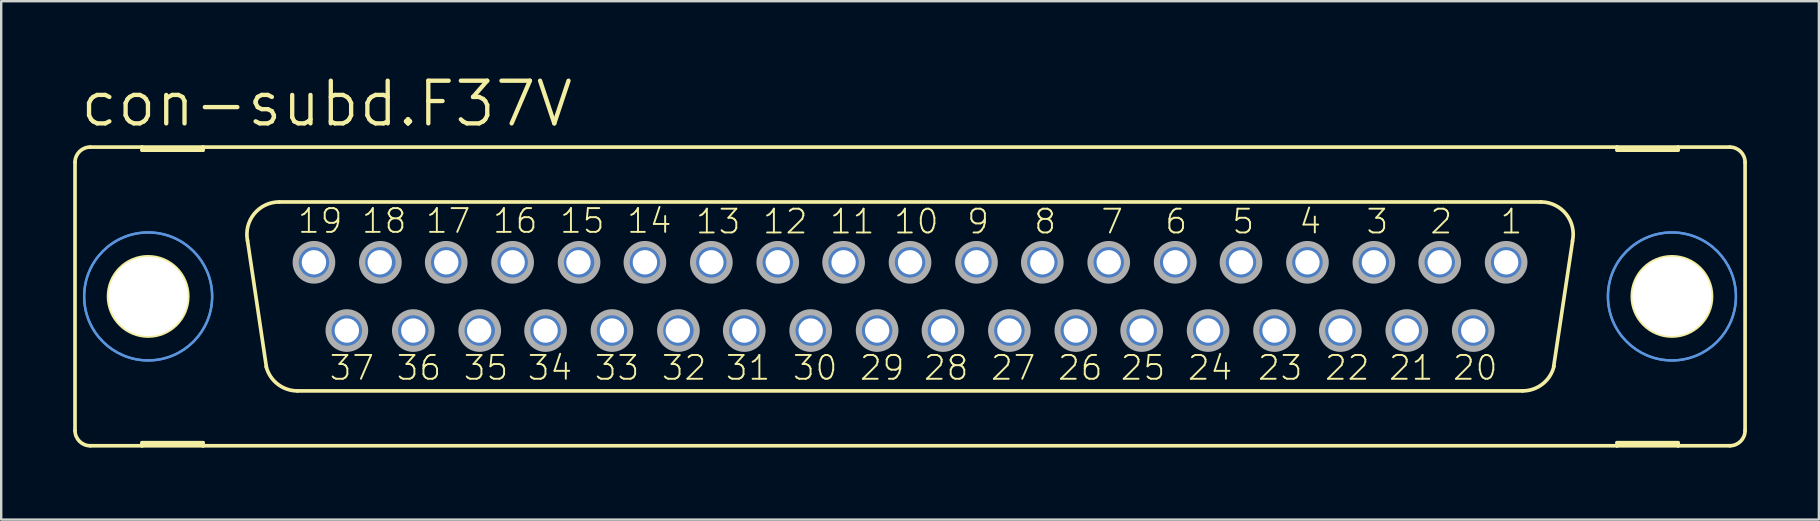
<source format=kicad_pcb>
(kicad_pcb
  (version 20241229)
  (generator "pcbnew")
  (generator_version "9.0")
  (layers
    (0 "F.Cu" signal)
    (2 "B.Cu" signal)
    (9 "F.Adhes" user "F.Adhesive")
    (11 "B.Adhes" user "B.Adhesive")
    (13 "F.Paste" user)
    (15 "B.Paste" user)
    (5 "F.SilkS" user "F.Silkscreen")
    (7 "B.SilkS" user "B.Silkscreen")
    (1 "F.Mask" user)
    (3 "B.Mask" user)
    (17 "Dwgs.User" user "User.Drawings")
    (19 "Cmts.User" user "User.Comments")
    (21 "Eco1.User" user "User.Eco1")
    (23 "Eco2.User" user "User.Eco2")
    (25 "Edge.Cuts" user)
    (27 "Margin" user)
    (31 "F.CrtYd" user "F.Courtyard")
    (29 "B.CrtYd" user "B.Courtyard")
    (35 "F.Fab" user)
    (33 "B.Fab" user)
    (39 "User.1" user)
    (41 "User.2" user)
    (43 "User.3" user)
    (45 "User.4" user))
  (footprint "con-subd.F37V"
    (layer "F.Cu")
    (at 34.874 9.303)
    (property "Reference" "con-subd.F37V" (at -34.671 -6.985 0) (layer "F.SilkS") (effects (font (size 1.778 1.778) (thickness 0.18)) (justify left bottom)))
    (attr through_hole)
    (fp_line (start -34.798 -5.588) (end -34.798 5.588) (stroke (width 0.152) (type default)) (layer "F.SilkS"))
    (fp_line (start -34.163 6.223) (end -32.004 6.223) (stroke (width 0.152) (type default)) (layer "F.SilkS"))
    (fp_line (start -32.004 -6.223) (end -34.163 -6.223) (stroke (width 0.152) (type default)) (layer "F.SilkS"))
    (fp_line (start -32.004 -6.223) (end -32.004 -6.096) (stroke (width 0.152) (type default)) (layer "F.SilkS"))
    (fp_line (start -32.004 -6.096) (end -29.464 -6.096) (stroke (width 0.152) (type default)) (layer "F.SilkS"))
    (fp_line (start -32.004 6.096) (end -29.464 6.096) (stroke (width 0.152) (type default)) (layer "F.SilkS"))
    (fp_line (start -32.004 6.223) (end -32.004 6.096) (stroke (width 0.152) (type default)) (layer "F.SilkS"))
    (fp_line (start -32.004 6.223) (end -29.464 6.223) (stroke (width 0.152) (type default)) (layer "F.SilkS"))
    (fp_line (start -29.464 -6.223) (end -32.004 -6.223) (stroke (width 0.152) (type default)) (layer "F.SilkS"))
    (fp_line (start -29.464 -6.096) (end -29.464 -6.223) (stroke (width 0.152) (type default)) (layer "F.SilkS"))
    (fp_line (start -29.464 6.096) (end -29.464 6.223) (stroke (width 0.152) (type default)) (layer "F.SilkS"))
    (fp_line (start -29.464 6.223) (end 29.464 6.223) (stroke (width 0.152) (type default)) (layer "F.SilkS"))
    (fp_line (start -26.822 2.946) (end -27.61 -2.337) (stroke (width 0.152) (type default)) (layer "F.SilkS"))
    (fp_line (start -26.289 -3.937) (end 26.289 -3.937) (stroke (width 0.152) (type default)) (layer "F.SilkS"))
    (fp_line (start -25.527 3.937) (end 25.527 3.937) (stroke (width 0.152) (type default)) (layer "F.SilkS"))
    (fp_line (start 27.61 -2.311) (end 26.822 2.921) (stroke (width 0.152) (type default)) (layer "F.SilkS"))
    (fp_line (start 29.464 -6.223) (end -29.464 -6.223) (stroke (width 0.152) (type default)) (layer "F.SilkS"))
    (fp_line (start 29.464 -6.223) (end 29.464 -6.096) (stroke (width 0.152) (type default)) (layer "F.SilkS"))
    (fp_line (start 29.464 -6.096) (end 32.004 -6.096) (stroke (width 0.152) (type default)) (layer "F.SilkS"))
    (fp_line (start 29.464 6.096) (end 32.004 6.096) (stroke (width 0.152) (type default)) (layer "F.SilkS"))
    (fp_line (start 29.464 6.223) (end 29.464 6.096) (stroke (width 0.152) (type default)) (layer "F.SilkS"))
    (fp_line (start 29.464 6.223) (end 32.004 6.223) (stroke (width 0.152) (type default)) (layer "F.SilkS"))
    (fp_line (start 32.004 -6.223) (end 29.464 -6.223) (stroke (width 0.152) (type default)) (layer "F.SilkS"))
    (fp_line (start 32.004 -6.096) (end 32.004 -6.223) (stroke (width 0.152) (type default)) (layer "F.SilkS"))
    (fp_line (start 32.004 6.096) (end 32.004 6.223) (stroke (width 0.152) (type default)) (layer "F.SilkS"))
    (fp_line (start 32.004 6.223) (end 34.163 6.223) (stroke (width 0.152) (type default)) (layer "F.SilkS"))
    (fp_line (start 34.163 -6.223) (end 32.004 -6.223) (stroke (width 0.152) (type default)) (layer "F.SilkS"))
    (fp_line (start 34.798 -5.588) (end 34.798 5.588) (stroke (width 0.152) (type default)) (layer "F.SilkS"))
    (fp_arc (start -34.798 -5.588) (mid -34.612013 -6.037013) (end -34.163 -6.223) (stroke (width 0.1524) (type default)) (layer "F.SilkS"))
    (fp_arc (start -34.163 6.223) (mid -34.612013 6.037013) (end -34.798 5.588) (stroke (width 0.1524) (type default)) (layer "F.SilkS"))
    (fp_arc (start -27.6091 -2.3268) (mid -27.330082 -3.444284) (end -26.289 -3.937) (stroke (width 0.1524) (type default)) (layer "F.SilkS"))
    (fp_arc (start -25.527 3.937) (mid -26.3505 3.655746) (end -26.8299 2.9295) (stroke (width 0.1524) (type default)) (layer "F.SilkS"))
    (fp_arc (start 26.289 -3.937) (mid 27.337556 -3.435184) (end 27.6045 -2.3038) (stroke (width 0.1524) (type default)) (layer "F.SilkS"))
    (fp_arc (start 26.8357 2.905) (mid 26.360256 3.647874) (end 25.527 3.937) (stroke (width 0.1524) (type default)) (layer "F.SilkS"))
    (fp_arc (start 34.163 -6.223) (mid 34.612013 -6.037013) (end 34.798 -5.588) (stroke (width 0.1524) (type default)) (layer "F.SilkS"))
    (fp_arc (start 34.798 5.588) (mid 34.612013 6.037013) (end 34.163 6.223) (stroke (width 0.1524) (type default)) (layer "F.SilkS"))
    (fp_circle (center -31.75 0) (end -30.099 0) (stroke (width 0.152) (type default)) (fill no) (layer "F.SilkS"))
    (fp_circle (center 31.75 0) (end 33.401 0) (stroke (width 0.152) (type default)) (fill no) (layer "F.SilkS"))
    (fp_circle (center -31.75 0) (end -29.083 0) (stroke (width 0.1) (type default)) (fill no) (layer "Cmts.User"))
    (fp_circle (center -31.75 0) (end -29.083 0) (stroke (width 0.1) (type default)) (fill no) (layer "Cmts.User"))
    (fp_circle (center 31.75 0) (end 34.417 0) (stroke (width 0.1) (type default)) (fill no) (layer "Cmts.User"))
    (fp_circle (center 31.75 0) (end 34.417 0) (stroke (width 0.1) (type default)) (fill no) (layer "Cmts.User"))
    (fp_circle (center -24.841 -1.422) (end -24.079 -1.422) (stroke (width 0.254) (type default)) (fill no) (layer "F.Fab"))
    (fp_circle (center -23.47 1.422) (end -22.708 1.422) (stroke (width 0.254) (type default)) (fill no) (layer "F.Fab"))
    (fp_circle (center -22.073 -1.422) (end -21.311 -1.422) (stroke (width 0.254) (type default)) (fill no) (layer "F.Fab"))
    (fp_circle (center -20.701 1.422) (end -19.939 1.422) (stroke (width 0.254) (type default)) (fill no) (layer "F.Fab"))
    (fp_circle (center -19.329 -1.422) (end -18.567 -1.422) (stroke (width 0.254) (type default)) (fill no) (layer "F.Fab"))
    (fp_circle (center -17.932 1.422) (end -17.17 1.422) (stroke (width 0.254) (type default)) (fill no) (layer "F.Fab"))
    (fp_circle (center -16.561 -1.422) (end -15.799 -1.422) (stroke (width 0.254) (type default)) (fill no) (layer "F.Fab"))
    (fp_circle (center -15.189 1.422) (end -14.427 1.422) (stroke (width 0.254) (type default)) (fill no) (layer "F.Fab"))
    (fp_circle (center -13.792 -1.422) (end -13.03 -1.422) (stroke (width 0.254) (type default)) (fill no) (layer "F.Fab"))
    (fp_circle (center -12.421 1.422) (end -11.659 1.422) (stroke (width 0.254) (type default)) (fill no) (layer "F.Fab"))
    (fp_circle (center -11.049 -1.422) (end -10.287 -1.422) (stroke (width 0.254) (type default)) (fill no) (layer "F.Fab"))
    (fp_circle (center -9.652 1.422) (end -8.89 1.422) (stroke (width 0.254) (type default)) (fill no) (layer "F.Fab"))
    (fp_circle (center -8.28 -1.422) (end -7.518 -1.422) (stroke (width 0.254) (type default)) (fill no) (layer "F.Fab"))
    (fp_circle (center -6.909 1.422) (end -6.147 1.422) (stroke (width 0.254) (type default)) (fill no) (layer "F.Fab"))
    (fp_circle (center -5.512 -1.422) (end -4.75 -1.422) (stroke (width 0.254) (type default)) (fill no) (layer "F.Fab"))
    (fp_circle (center -4.14 1.422) (end -3.378 1.422) (stroke (width 0.254) (type default)) (fill no) (layer "F.Fab"))
    (fp_circle (center -2.769 -1.422) (end -2.007 -1.422) (stroke (width 0.254) (type default)) (fill no) (layer "F.Fab"))
    (fp_circle (center -1.372 1.422) (end -0.61 1.422) (stroke (width 0.254) (type default)) (fill no) (layer "F.Fab"))
    (fp_circle (center 0 -1.422) (end 0.762 -1.422) (stroke (width 0.254) (type default)) (fill no) (layer "F.Fab"))
    (fp_circle (center 1.372 1.422) (end 2.134 1.422) (stroke (width 0.254) (type default)) (fill no) (layer "F.Fab"))
    (fp_circle (center 2.769 -1.422) (end 3.531 -1.422) (stroke (width 0.254) (type default)) (fill no) (layer "F.Fab"))
    (fp_circle (center 4.14 1.422) (end 4.902 1.422) (stroke (width 0.254) (type default)) (fill no) (layer "F.Fab"))
    (fp_circle (center 5.512 -1.422) (end 6.274 -1.422) (stroke (width 0.254) (type default)) (fill no) (layer "F.Fab"))
    (fp_circle (center 6.909 1.422) (end 7.671 1.422) (stroke (width 0.254) (type default)) (fill no) (layer "F.Fab"))
    (fp_circle (center 8.28 -1.422) (end 9.042 -1.422) (stroke (width 0.254) (type default)) (fill no) (layer "F.Fab"))
    (fp_circle (center 9.652 1.422) (end 10.414 1.422) (stroke (width 0.254) (type default)) (fill no) (layer "F.Fab"))
    (fp_circle (center 11.049 -1.422) (end 11.811 -1.422) (stroke (width 0.254) (type default)) (fill no) (layer "F.Fab"))
    (fp_circle (center 12.421 1.422) (end 13.183 1.422) (stroke (width 0.254) (type default)) (fill no) (layer "F.Fab"))
    (fp_circle (center 13.792 -1.422) (end 14.554 -1.422) (stroke (width 0.254) (type default)) (fill no) (layer "F.Fab"))
    (fp_circle (center 15.189 1.422) (end 15.951 1.422) (stroke (width 0.254) (type default)) (fill no) (layer "F.Fab"))
    (fp_circle (center 16.561 -1.422) (end 17.323 -1.422) (stroke (width 0.254) (type default)) (fill no) (layer "F.Fab"))
    (fp_circle (center 17.932 1.422) (end 18.694 1.422) (stroke (width 0.254) (type default)) (fill no) (layer "F.Fab"))
    (fp_circle (center 19.329 -1.422) (end 20.091 -1.422) (stroke (width 0.254) (type default)) (fill no) (layer "F.Fab"))
    (fp_circle (center 20.701 1.422) (end 21.463 1.422) (stroke (width 0.254) (type default)) (fill no) (layer "F.Fab"))
    (fp_circle (center 22.073 -1.422) (end 22.835 -1.422) (stroke (width 0.254) (type default)) (fill no) (layer "F.Fab"))
    (fp_circle (center 23.47 1.422) (end 24.232 1.422) (stroke (width 0.254) (type default)) (fill no) (layer "F.Fab"))
    (fp_circle (center 24.841 -1.422) (end 25.603 -1.422) (stroke (width 0.254) (type default)) (fill no) (layer "F.Fab"))
    (fp_text user "26" (at 6.096 3.556 0) (layer "F.SilkS") (effects (font (size 0.991 0.991) (thickness 0.08)) (justify left bottom)))
    (fp_text user "11" (at -3.404 -2.54 0) (layer "F.SilkS") (effects (font (size 0.991 0.991) (thickness 0.08)) (justify left bottom)))
    (fp_text user "29" (at -2.159 3.556 0) (layer "F.SilkS") (effects (font (size 0.991 0.991) (thickness 0.08)) (justify left bottom)))
    (fp_text user "32" (at -10.414 3.556 0) (layer "F.SilkS") (effects (font (size 0.991 0.991) (thickness 0.08)) (justify left bottom)))
    (fp_text user "13" (at -8.992 -2.54 0) (layer "F.SilkS") (effects (font (size 0.991 0.991) (thickness 0.08)) (justify left bottom)))
    (fp_text user "12" (at -6.198 -2.54 0) (layer "F.SilkS") (effects (font (size 0.991 0.991) (thickness 0.08)) (justify left bottom)))
    (fp_text user "30" (at -4.953 3.556 0) (layer "F.SilkS") (effects (font (size 0.991 0.991) (thickness 0.08)) (justify left bottom)))
    (fp_text user "2" (at 21.615 -2.54 0) (layer "F.SilkS") (effects (font (size 0.991 0.991) (thickness 0.08)) (justify left bottom)))
    (fp_text user "6" (at 10.566 -2.54 0) (layer "F.SilkS") (effects (font (size 0.991 0.991) (thickness 0.08)) (justify left bottom)))
    (fp_text user "18" (at -22.911 -2.565 0) (layer "F.SilkS") (effects (font (size 0.991 0.991) (thickness 0.08)) (justify left bottom)))
    (fp_text user "10" (at -0.737 -2.54 0) (layer "F.SilkS") (effects (font (size 0.991 0.991) (thickness 0.08)) (justify left bottom)))
    (fp_text user "9" (at 2.311 -2.54 0) (layer "F.SilkS") (effects (font (size 0.991 0.991) (thickness 0.08)) (justify left bottom)))
    (fp_text user "17" (at -20.244 -2.565 0) (layer "F.SilkS") (effects (font (size 0.991 0.991) (thickness 0.08)) (justify left bottom)))
    (fp_text user "22" (at 17.221 3.556 0) (layer "F.SilkS") (effects (font (size 0.991 0.991) (thickness 0.08)) (justify left bottom)))
    (fp_text user "23" (at 14.427 3.556 0) (layer "F.SilkS") (effects (font (size 0.991 0.991) (thickness 0.08)) (justify left bottom)))
    (fp_text user "5" (at 13.36 -2.54 0) (layer "F.SilkS") (effects (font (size 0.991 0.991) (thickness 0.08)) (justify left bottom)))
    (fp_text user "7" (at 7.899 -2.54 0) (layer "F.SilkS") (effects (font (size 0.991 0.991) (thickness 0.08)) (justify left bottom)))
    (fp_text user "8" (at 5.105 -2.54 0) (layer "F.SilkS") (effects (font (size 0.991 0.991) (thickness 0.08)) (justify left bottom)))
    (fp_text user "35" (at -18.669 3.556 0) (layer "F.SilkS") (effects (font (size 0.991 0.991) (thickness 0.08)) (justify left bottom)))
    (fp_text user "19" (at -25.578 -2.565 0) (layer "F.SilkS") (effects (font (size 0.991 0.991) (thickness 0.08)) (justify left bottom)))
    (fp_text user "27" (at 3.302 3.556 0) (layer "F.SilkS") (effects (font (size 0.991 0.991) (thickness 0.08)) (justify left bottom)))
    (fp_text user "16" (at -17.45 -2.565 0) (layer "F.SilkS") (effects (font (size 0.991 0.991) (thickness 0.08)) (justify left bottom)))
    (fp_text user "15" (at -14.656 -2.565 0) (layer "F.SilkS") (effects (font (size 0.991 0.991) (thickness 0.08)) (justify left bottom)))
    (fp_text user "14" (at -11.862 -2.565 0) (layer "F.SilkS") (effects (font (size 0.991 0.991) (thickness 0.08)) (justify left bottom)))
    (fp_text user "31" (at -7.747 3.556 0) (layer "F.SilkS") (effects (font (size 0.991 0.991) (thickness 0.08)) (justify left bottom)))
    (fp_text user "33" (at -13.208 3.556 0) (layer "F.SilkS") (effects (font (size 0.991 0.991) (thickness 0.08)) (justify left bottom)))
    (fp_text user "1" (at 24.536 -2.54 0) (layer "F.SilkS") (effects (font (size 0.991 0.991) (thickness 0.08)) (justify left bottom)))
    (fp_text user "21" (at 19.888 3.556 0) (layer "F.SilkS") (effects (font (size 0.991 0.991) (thickness 0.08)) (justify left bottom)))
    (fp_text user "28" (at 0.508 3.556 0) (layer "F.SilkS") (effects (font (size 0.991 0.991) (thickness 0.08)) (justify left bottom)))
    (fp_text user "4" (at 16.154 -2.54 0) (layer "F.SilkS") (effects (font (size 0.991 0.991) (thickness 0.08)) (justify left bottom)))
    (fp_text user "37" (at -24.257 3.556 0) (layer "F.SilkS") (effects (font (size 0.991 0.991) (thickness 0.08)) (justify left bottom)))
    (fp_text user "3" (at 18.948 -2.54 0) (layer "F.SilkS") (effects (font (size 0.991 0.991) (thickness 0.08)) (justify left bottom)))
    (fp_text user "25" (at 8.712 3.556 0) (layer "F.SilkS") (effects (font (size 0.991 0.991) (thickness 0.08)) (justify left bottom)))
    (fp_text user "36" (at -21.463 3.556 0) (layer "F.SilkS") (effects (font (size 0.991 0.991) (thickness 0.08)) (justify left bottom)))
    (fp_text user "24" (at 11.506 3.556 0) (layer "F.SilkS") (effects (font (size 0.991 0.991) (thickness 0.08)) (justify left bottom)))
    (fp_text user "34" (at -16.002 3.556 0) (layer "F.SilkS") (effects (font (size 0.991 0.991) (thickness 0.08)) (justify left bottom)))
    (fp_text user "20" (at 22.555 3.556 0) (layer "F.SilkS") (effects (font (size 0.991 0.991) (thickness 0.08)) (justify left bottom)))
    (pad "" np_thru_hole circle (at -31.75 0) (size 3.302 3.302) (drill 3.302) (layers "*.Cu" "*.Mask"))
    (pad "" np_thru_hole circle (at 31.75 0) (size 3.302 3.302) (drill 3.302) (layers "*.Cu" "*.Mask"))
    (pad "1" thru_hole circle (at 24.841 -1.422) (size 1.524 1.524) (drill 1.016) (layers "*.Cu" "*.Mask"))
    (pad "2" thru_hole circle (at 22.073 -1.422) (size 1.524 1.524) (drill 1.016) (layers "*.Cu" "*.Mask"))
    (pad "3" thru_hole circle (at 19.329 -1.422) (size 1.524 1.524) (drill 1.016) (layers "*.Cu" "*.Mask"))
    (pad "4" thru_hole circle (at 16.561 -1.422) (size 1.524 1.524) (drill 1.016) (layers "*.Cu" "*.Mask"))
    (pad "5" thru_hole circle (at 13.792 -1.422) (size 1.524 1.524) (drill 1.016) (layers "*.Cu" "*.Mask"))
    (pad "6" thru_hole circle (at 11.049 -1.422) (size 1.524 1.524) (drill 1.016) (layers "*.Cu" "*.Mask"))
    (pad "7" thru_hole circle (at 8.28 -1.422) (size 1.524 1.524) (drill 1.016) (layers "*.Cu" "*.Mask"))
    (pad "8" thru_hole circle (at 5.512 -1.422) (size 1.524 1.524) (drill 1.016) (layers "*.Cu" "*.Mask"))
    (pad "9" thru_hole circle (at 2.769 -1.422) (size 1.524 1.524) (drill 1.016) (layers "*.Cu" "*.Mask"))
    (pad "10" thru_hole circle (at 0 -1.422) (size 1.524 1.524) (drill 1.016) (layers "*.Cu" "*.Mask"))
    (pad "11" thru_hole circle (at -2.769 -1.422) (size 1.524 1.524) (drill 1.016) (layers "*.Cu" "*.Mask"))
    (pad "12" thru_hole circle (at -5.512 -1.422) (size 1.524 1.524) (drill 1.016) (layers "*.Cu" "*.Mask"))
    (pad "13" thru_hole circle (at -8.28 -1.422) (size 1.524 1.524) (drill 1.016) (layers "*.Cu" "*.Mask"))
    (pad "14" thru_hole circle (at -11.049 -1.422) (size 1.524 1.524) (drill 1.016) (layers "*.Cu" "*.Mask"))
    (pad "15" thru_hole circle (at -13.818 -1.422) (size 1.524 1.524) (drill 1.016) (layers "*.Cu" "*.Mask"))
    (pad "16" thru_hole circle (at -16.561 -1.422) (size 1.524 1.524) (drill 1.016) (layers "*.Cu" "*.Mask"))
    (pad "17" thru_hole circle (at -19.329 -1.422) (size 1.524 1.524) (drill 1.016) (layers "*.Cu" "*.Mask"))
    (pad "18" thru_hole circle (at -22.098 -1.422) (size 1.524 1.524) (drill 1.016) (layers "*.Cu" "*.Mask"))
    (pad "19" thru_hole circle (at -24.841 -1.422) (size 1.524 1.524) (drill 1.016) (layers "*.Cu" "*.Mask"))
    (pad "20" thru_hole circle (at 23.47 1.422) (size 1.524 1.524) (drill 1.016) (layers "*.Cu" "*.Mask"))
    (pad "21" thru_hole circle (at 20.701 1.422) (size 1.524 1.524) (drill 1.016) (layers "*.Cu" "*.Mask"))
    (pad "22" thru_hole circle (at 17.932 1.422) (size 1.524 1.524) (drill 1.016) (layers "*.Cu" "*.Mask"))
    (pad "23" thru_hole circle (at 15.189 1.422) (size 1.524 1.524) (drill 1.016) (layers "*.Cu" "*.Mask"))
    (pad "24" thru_hole circle (at 12.421 1.422) (size 1.524 1.524) (drill 1.016) (layers "*.Cu" "*.Mask"))
    (pad "25" thru_hole circle (at 9.652 1.422) (size 1.524 1.524) (drill 1.016) (layers "*.Cu" "*.Mask"))
    (pad "26" thru_hole circle (at 6.909 1.422) (size 1.524 1.524) (drill 1.016) (layers "*.Cu" "*.Mask"))
    (pad "27" thru_hole circle (at 4.14 1.422) (size 1.524 1.524) (drill 1.016) (layers "*.Cu" "*.Mask"))
    (pad "28" thru_hole circle (at 1.372 1.422) (size 1.524 1.524) (drill 1.016) (layers "*.Cu" "*.Mask"))
    (pad "29" thru_hole circle (at -1.372 1.422) (size 1.524 1.524) (drill 1.016) (layers "*.Cu" "*.Mask"))
    (pad "30" thru_hole circle (at -4.14 1.422) (size 1.524 1.524) (drill 1.016) (layers "*.Cu" "*.Mask"))
    (pad "31" thru_hole circle (at -6.909 1.422) (size 1.524 1.524) (drill 1.016) (layers "*.Cu" "*.Mask"))
    (pad "32" thru_hole circle (at -9.677 1.422) (size 1.524 1.524) (drill 1.016) (layers "*.Cu" "*.Mask"))
    (pad "33" thru_hole circle (at -12.421 1.422) (size 1.524 1.524) (drill 1.016) (layers "*.Cu" "*.Mask"))
    (pad "34" thru_hole circle (at -15.189 1.422) (size 1.524 1.524) (drill 1.016) (layers "*.Cu" "*.Mask"))
    (pad "35" thru_hole circle (at -17.958 1.422) (size 1.524 1.524) (drill 1.016) (layers "*.Cu" "*.Mask"))
    (pad "36" thru_hole circle (at -20.701 1.422) (size 1.524 1.524) (drill 1.016) (layers "*.Cu" "*.Mask"))
    (pad "37" thru_hole circle (at -23.47 1.422) (size 1.524 1.524) (drill 1.016) (layers "*.Cu" "*.Mask")))
  (gr_rect
    (start -3 -3)
    (end 72.748 18.602)
    (stroke (width 0.1) (type default))
    (fill no)
    (layer "Edge.Cuts")))
</source>
